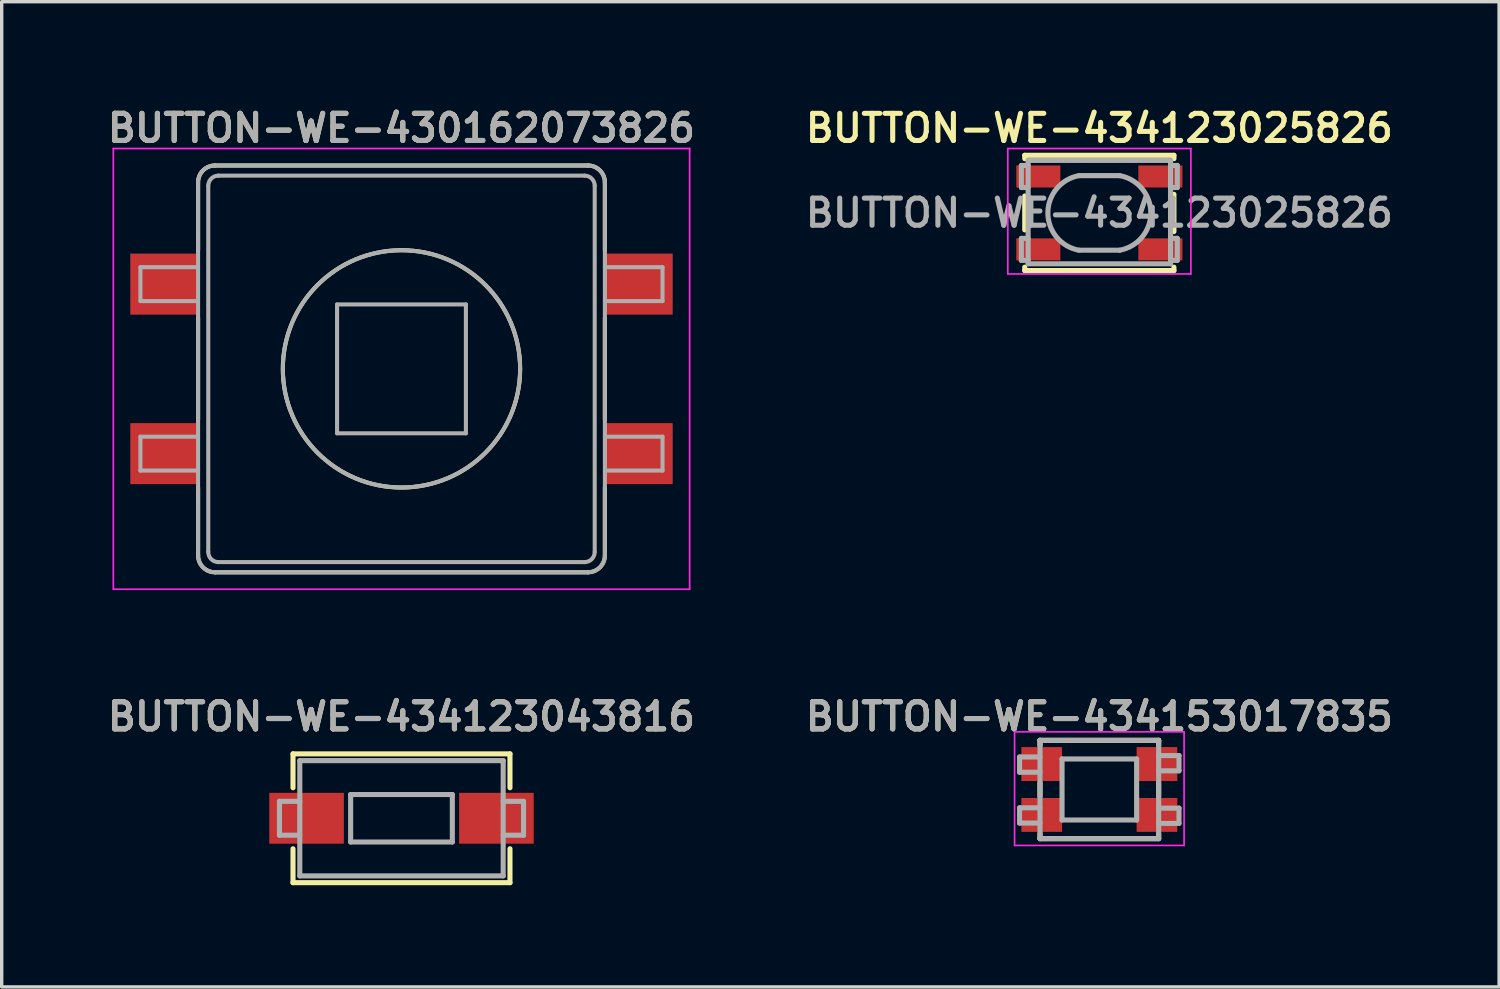
<source format=kicad_pcb>
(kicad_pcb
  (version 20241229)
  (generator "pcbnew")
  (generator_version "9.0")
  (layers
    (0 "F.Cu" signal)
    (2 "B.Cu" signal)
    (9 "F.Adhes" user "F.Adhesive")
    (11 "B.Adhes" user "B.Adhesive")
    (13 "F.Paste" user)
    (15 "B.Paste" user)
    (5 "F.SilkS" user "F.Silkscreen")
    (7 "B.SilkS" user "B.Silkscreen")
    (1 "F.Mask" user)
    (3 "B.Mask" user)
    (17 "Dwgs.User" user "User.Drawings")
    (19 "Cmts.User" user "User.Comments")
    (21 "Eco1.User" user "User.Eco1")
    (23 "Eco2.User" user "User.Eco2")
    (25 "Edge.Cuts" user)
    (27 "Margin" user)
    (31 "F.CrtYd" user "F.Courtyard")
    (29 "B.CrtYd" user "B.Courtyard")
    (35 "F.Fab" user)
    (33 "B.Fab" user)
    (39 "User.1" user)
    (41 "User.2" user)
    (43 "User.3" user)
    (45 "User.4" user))
  (footprint "BUTTON-WE-430162073826"
    (layer "F.Cu")
    (at 8.793 7.831)
    (property "Reference" "BUTTON-WE-430162073826" (at 0 -7.1 0) (layer "F.SilkS") (effects (font (size 0.8 0.8) (thickness 0.15))))
    (attr smd)
    (fp_line (start -6 -3.5) (end -6 -5.5) (stroke (width 0.12) (type solid)) (layer "F.SilkS"))
    (fp_line (start -6 1.5) (end -6 -1.5) (stroke (width 0.12) (type solid)) (layer "F.SilkS"))
    (fp_line (start -6 5.5) (end -6 3.5) (stroke (width 0.12) (type solid)) (layer "F.SilkS"))
    (fp_line (start -5.5 -6) (end 5.5 -6) (stroke (width 0.12) (type solid)) (layer "F.SilkS"))
    (fp_line (start 5.5 6) (end -5.5 6) (stroke (width 0.12) (type solid)) (layer "F.SilkS"))
    (fp_line (start 6 -5.5) (end 6 -3.5) (stroke (width 0.12) (type solid)) (layer "F.SilkS"))
    (fp_line (start 6 -1.5) (end 6 1.5) (stroke (width 0.12) (type solid)) (layer "F.SilkS"))
    (fp_line (start 6 3.5) (end 6 5.5) (stroke (width 0.12) (type solid)) (layer "F.SilkS"))
    (fp_arc (start -6 -5.5) (mid -5.853553 -5.853553) (end -5.5 -6) (stroke (width 0.12) (type solid)) (layer "F.SilkS"))
    (fp_arc (start -5.5 6) (mid -5.853553 5.853553) (end -6 5.5) (stroke (width 0.12) (type solid)) (layer "F.SilkS"))
    (fp_arc (start 5.5 -6) (mid 5.853553 -5.853553) (end 6 -5.5) (stroke (width 0.12) (type solid)) (layer "F.SilkS"))
    (fp_arc (start 6 5.5) (mid 5.853553 5.853553) (end 5.5 6) (stroke (width 0.12) (type solid)) (layer "F.SilkS"))
    (fp_circle (center 0 0) (end 2.8 2.1) (stroke (width 0.12) (type solid)) (fill no) (layer "F.SilkS"))
    (fp_line (start -8.5 -6.5) (end 8.5 -6.5) (stroke (width 0.05) (type solid)) (layer "F.CrtYd"))
    (fp_line (start -8.5 6.5) (end -8.5 -6.5) (stroke (width 0.05) (type solid)) (layer "F.CrtYd"))
    (fp_line (start 8.5 -6.5) (end 8.5 6.5) (stroke (width 0.05) (type solid)) (layer "F.CrtYd"))
    (fp_line (start 8.5 6.5) (end -8.5 6.5) (stroke (width 0.05) (type solid)) (layer "F.CrtYd"))
    (fp_line (start -7.7 -3) (end -7.7 -2) (stroke (width 0.12) (type solid)) (layer "F.Fab"))
    (fp_line (start -7.7 -2) (end -6 -2) (stroke (width 0.12) (type solid)) (layer "F.Fab"))
    (fp_line (start -7.7 2) (end -7.7 3) (stroke (width 0.12) (type solid)) (layer "F.Fab"))
    (fp_line (start -7.7 3) (end -6 3) (stroke (width 0.12) (type solid)) (layer "F.Fab"))
    (fp_line (start -6 -3) (end -7.7 -3) (stroke (width 0.12) (type solid)) (layer "F.Fab"))
    (fp_line (start -6 2) (end -7.7 2) (stroke (width 0.12) (type solid)) (layer "F.Fab"))
    (fp_line (start -6 5.5) (end -6 -5.5) (stroke (width 0.12) (type solid)) (layer "F.Fab"))
    (fp_line (start -5.7 5.4) (end -5.7 -5.4) (stroke (width 0.12) (type solid)) (layer "F.Fab"))
    (fp_line (start -5.5 -6) (end 5.5 -6) (stroke (width 0.12) (type solid)) (layer "F.Fab"))
    (fp_line (start -5.4 -5.7) (end 5.4 -5.7) (stroke (width 0.12) (type solid)) (layer "F.Fab"))
    (fp_line (start -5.4 5.7) (end 5.4 5.7) (stroke (width 0.12) (type solid)) (layer "F.Fab"))
    (fp_line (start -1.9 -1.9) (end 1.9 -1.9) (stroke (width 0.12) (type solid)) (layer "F.Fab"))
    (fp_line (start -1.9 1.9) (end -1.9 -1.9) (stroke (width 0.12) (type solid)) (layer "F.Fab"))
    (fp_line (start 1.9 -1.9) (end 1.9 1.9) (stroke (width 0.12) (type solid)) (layer "F.Fab"))
    (fp_line (start 1.9 1.9) (end -1.9 1.9) (stroke (width 0.12) (type solid)) (layer "F.Fab"))
    (fp_line (start 5.5 6) (end -5.5 6) (stroke (width 0.12) (type solid)) (layer "F.Fab"))
    (fp_line (start 5.7 5.4) (end 5.7 -5.4) (stroke (width 0.12) (type solid)) (layer "F.Fab"))
    (fp_line (start 6 -5.5) (end 6 5.5) (stroke (width 0.12) (type solid)) (layer "F.Fab"))
    (fp_line (start 6 -3) (end 7.7 -3) (stroke (width 0.12) (type solid)) (layer "F.Fab"))
    (fp_line (start 6 2) (end 7.7 2) (stroke (width 0.12) (type solid)) (layer "F.Fab"))
    (fp_line (start 7.7 -3) (end 7.7 -2) (stroke (width 0.12) (type solid)) (layer "F.Fab"))
    (fp_line (start 7.7 -2) (end 6 -2) (stroke (width 0.12) (type solid)) (layer "F.Fab"))
    (fp_line (start 7.7 2) (end 7.7 3) (stroke (width 0.12) (type solid)) (layer "F.Fab"))
    (fp_line (start 7.7 3) (end 6 3) (stroke (width 0.12) (type solid)) (layer "F.Fab"))
    (fp_arc (start -6 -5.5) (mid -5.853553 -5.853553) (end -5.5 -6) (stroke (width 0.12) (type solid)) (layer "F.Fab"))
    (fp_arc (start -5.7 -5.4) (mid -5.612132 -5.612132) (end -5.4 -5.7) (stroke (width 0.12) (type solid)) (layer "F.Fab"))
    (fp_arc (start -5.5 6) (mid -5.853553 5.853553) (end -6 5.5) (stroke (width 0.12) (type solid)) (layer "F.Fab"))
    (fp_arc (start -5.4 5.7) (mid -5.612132 5.612132) (end -5.7 5.4) (stroke (width 0.12) (type solid)) (layer "F.Fab"))
    (fp_arc (start 5.4 -5.7) (mid 5.612132 -5.612132) (end 5.7 -5.4) (stroke (width 0.12) (type solid)) (layer "F.Fab"))
    (fp_arc (start 5.5 -6) (mid 5.853553 -5.853553) (end 6 -5.5) (stroke (width 0.12) (type solid)) (layer "F.Fab"))
    (fp_arc (start 5.7 5.4) (mid 5.612132 5.612132) (end 5.4 5.7) (stroke (width 0.12) (type solid)) (layer "F.Fab"))
    (fp_arc (start 6 5.5) (mid 5.853553 5.853553) (end 5.5 6) (stroke (width 0.12) (type solid)) (layer "F.Fab"))
    (fp_circle (center 0 0) (end 3.5 0) (stroke (width 0.12) (type solid)) (fill no) (layer "F.Fab"))
    (fp_text user "${REFERENCE}" (at 0 -7.1 0) (layer "F.Fab") (effects (font (size 0.8 0.8) (thickness 0.15))))
    (pad "1" smd rect (at -7 -2.5) (size 2 1.8) (layers "F.Cu" "F.Mask" "F.Paste"))
    (pad "2" smd rect (at 7 -2.5) (size 2 1.8) (layers "F.Cu" "F.Mask" "F.Paste"))
    (pad "3" smd rect (at -7 2.5) (size 2 1.8) (layers "F.Cu" "F.Mask" "F.Paste"))
    (pad "4" smd rect (at 7 2.5) (size 2 1.8) (layers "F.Cu" "F.Mask" "F.Paste")))
  (footprint "BUTTON-WE-434153017835"
    (layer "F.Cu")
    (at 29.378 20.238)
    (property "Reference" "BUTTON-WE-434153017835" (at 0 -2.15 0) (layer "F.SilkS") (effects (font (size 0.8 0.8) (thickness 0.15))))
    (attr through_hole)
    (fp_line (start -1.75 -1.45) (end -1.75 -1.3) (stroke (width 0.15) (type solid)) (layer "F.SilkS"))
    (fp_line (start -1.75 -1.45) (end 1.75 -1.45) (stroke (width 0.15) (type solid)) (layer "F.SilkS"))
    (fp_line (start -1.75 -0.2) (end -1.75 0.2) (stroke (width 0.15) (type solid)) (layer "F.SilkS"))
    (fp_line (start -1.75 1.3) (end -1.75 1.45) (stroke (width 0.15) (type solid)) (layer "F.SilkS"))
    (fp_line (start -1.75 1.45) (end 1.75 1.45) (stroke (width 0.15) (type solid)) (layer "F.SilkS"))
    (fp_line (start 1.75 -1.45) (end 1.75 -1.3) (stroke (width 0.15) (type solid)) (layer "F.SilkS"))
    (fp_line (start 1.75 -0.2) (end 1.75 0.2) (stroke (width 0.15) (type solid)) (layer "F.SilkS"))
    (fp_line (start 1.75 1.45) (end 1.75 1.3) (stroke (width 0.15) (type solid)) (layer "F.SilkS"))
    (fp_line (start -2.5 -1.7) (end 2.5 -1.7) (stroke (width 0.05) (type solid)) (layer "F.CrtYd"))
    (fp_line (start -2.5 1.65) (end -2.5 -1.7) (stroke (width 0.05) (type solid)) (layer "F.CrtYd"))
    (fp_line (start 2.5 -1.7) (end 2.5 1.65) (stroke (width 0.05) (type solid)) (layer "F.CrtYd"))
    (fp_line (start 2.5 1.65) (end -2.5 1.65) (stroke (width 0.05) (type solid)) (layer "F.CrtYd"))
    (fp_line (start -2.353 -0.959) (end -1.753 -0.959) (stroke (width 0.15) (type solid)) (layer "F.Fab"))
    (fp_line (start -2.353 -0.509) (end -2.353 -0.959) (stroke (width 0.15) (type solid)) (layer "F.Fab"))
    (fp_line (start -2.353 0.541) (end -1.753 0.541) (stroke (width 0.15) (type solid)) (layer "F.Fab"))
    (fp_line (start -2.353 0.991) (end -2.353 0.541) (stroke (width 0.15) (type solid)) (layer "F.Fab"))
    (fp_line (start -1.753 -0.509) (end -2.353 -0.509) (stroke (width 0.15) (type solid)) (layer "F.Fab"))
    (fp_line (start -1.753 0.991) (end -2.353 0.991) (stroke (width 0.15) (type solid)) (layer "F.Fab"))
    (fp_line (start -1.75 -1.45) (end 1.75 -1.45) (stroke (width 0.15) (type solid)) (layer "F.Fab"))
    (fp_line (start -1.75 1.45) (end -1.75 -1.45) (stroke (width 0.15) (type solid)) (layer "F.Fab"))
    (fp_line (start -1.1 -0.9) (end -1.1 0.9) (stroke (width 0.15) (type solid)) (layer "F.Fab"))
    (fp_line (start -1.1 0.9) (end 1.1 0.9) (stroke (width 0.15) (type solid)) (layer "F.Fab"))
    (fp_line (start 1.1 -0.9) (end -1.1 -0.9) (stroke (width 0.15) (type solid)) (layer "F.Fab"))
    (fp_line (start 1.1 0.9) (end 1.1 -0.9) (stroke (width 0.15) (type solid)) (layer "F.Fab"))
    (fp_line (start 1.75 -1.45) (end 1.75 1.45) (stroke (width 0.15) (type solid)) (layer "F.Fab"))
    (fp_line (start 1.75 -1) (end 2.35 -1) (stroke (width 0.15) (type solid)) (layer "F.Fab"))
    (fp_line (start 1.75 0.55) (end 2.35 0.55) (stroke (width 0.15) (type solid)) (layer "F.Fab"))
    (fp_line (start 1.75 1.45) (end -1.75 1.45) (stroke (width 0.15) (type solid)) (layer "F.Fab"))
    (fp_line (start 2.35 -1) (end 2.35 -0.55) (stroke (width 0.15) (type solid)) (layer "F.Fab"))
    (fp_line (start 2.35 -0.55) (end 1.75 -0.55) (stroke (width 0.15) (type solid)) (layer "F.Fab"))
    (fp_line (start 2.35 0.55) (end 2.35 1) (stroke (width 0.15) (type solid)) (layer "F.Fab"))
    (fp_line (start 2.35 1) (end 1.75 1) (stroke (width 0.15) (type solid)) (layer "F.Fab"))
    (fp_text user "${REFERENCE}" (at 0 -2.15 0) (layer "F.Fab") (effects (font (size 0.8 0.8) (thickness 0.15))))
    (pad "1" smd rect (at -1.7 -0.75) (size 1.2 1) (layers "F.Cu" "F.Mask" "F.Paste"))
    (pad "2" smd rect (at -1.7 0.75) (size 1.2 1) (layers "F.Cu" "F.Mask" "F.Paste"))
    (pad "3" smd rect (at 1.7 -0.75) (size 1.2 1) (layers "F.Cu" "F.Mask" "F.Paste"))
    (pad "4" smd rect (at 1.7 0.75) (size 1.2 1) (layers "F.Cu" "F.Mask" "F.Paste")))
  (footprint "BUTTON-WE-434123025826"
    (layer "F.Cu")
    (at 29.378 3.231)
    (property "Reference" "BUTTON-WE-434123025826" (at 0 -2.5 0) (layer "F.SilkS") (effects (font (size 0.8 0.8) (thickness 0.15))))
    (attr smd)
    (fp_line (start -2.2 -1.7) (end -2.2 -1.6) (stroke (width 0.15) (type solid)) (layer "F.SilkS"))
    (fp_line (start -2.2 -1.7) (end 2.2 -1.7) (stroke (width 0.15) (type solid)) (layer "F.SilkS"))
    (fp_line (start -2.2 -0.5) (end -2.2 0.5) (stroke (width 0.15) (type solid)) (layer "F.SilkS"))
    (fp_line (start -2.2 1.6) (end -2.2 1.7) (stroke (width 0.15) (type solid)) (layer "F.SilkS"))
    (fp_line (start -2.2 1.7) (end 2.2 1.7) (stroke (width 0.15) (type solid)) (layer "F.SilkS"))
    (fp_line (start 2.2 -1.7) (end 2.2 -1.6) (stroke (width 0.15) (type solid)) (layer "F.SilkS"))
    (fp_line (start 2.2 -0.55) (end 2.2 0.55) (stroke (width 0.15) (type solid)) (layer "F.SilkS"))
    (fp_line (start 2.2 1.7) (end 2.2 1.6) (stroke (width 0.15) (type solid)) (layer "F.SilkS"))
    (fp_line (start -2.7 -1.9) (end 2.7 -1.9) (stroke (width 0.05) (type solid)) (layer "F.CrtYd"))
    (fp_line (start -2.7 1.8) (end -2.7 -1.9) (stroke (width 0.05) (type solid)) (layer "F.CrtYd"))
    (fp_line (start 2.7 -1.9) (end 2.7 1.8) (stroke (width 0.05) (type solid)) (layer "F.CrtYd"))
    (fp_line (start 2.7 1.8) (end -2.7 1.8) (stroke (width 0.05) (type solid)) (layer "F.CrtYd"))
    (fp_line (start -2.3 -1.4) (end -2.1 -1.4) (stroke (width 0.15) (type solid)) (layer "F.Fab"))
    (fp_line (start -2.3 -0.75) (end -2.3 -1.4) (stroke (width 0.15) (type solid)) (layer "F.Fab"))
    (fp_line (start -2.3 0.75) (end -2.1 0.75) (stroke (width 0.15) (type solid)) (layer "F.Fab"))
    (fp_line (start -2.3 1.4) (end -2.3 0.75) (stroke (width 0.15) (type solid)) (layer "F.Fab"))
    (fp_line (start -2.1 -1.55) (end 2.1 -1.55) (stroke (width 0.15) (type solid)) (layer "F.Fab"))
    (fp_line (start -2.1 -0.75) (end -2.3 -0.75) (stroke (width 0.15) (type solid)) (layer "F.Fab"))
    (fp_line (start -2.1 1.4) (end -2.3 1.4) (stroke (width 0.15) (type solid)) (layer "F.Fab"))
    (fp_line (start -2.1 1.5) (end -2.1 -1.55) (stroke (width 0.15) (type solid)) (layer "F.Fab"))
    (fp_line (start -0.6 1.1) (end 0.6 1.1) (stroke (width 0.15) (type solid)) (layer "F.Fab"))
    (fp_line (start 0.6 -1.1) (end -0.6 -1.1) (stroke (width 0.15) (type solid)) (layer "F.Fab"))
    (fp_line (start 2.1 -1.55) (end 2.1 1.5) (stroke (width 0.15) (type solid)) (layer "F.Fab"))
    (fp_line (start 2.1 -1.4) (end 2.3 -1.4) (stroke (width 0.15) (type solid)) (layer "F.Fab"))
    (fp_line (start 2.1 0.75) (end 2.3 0.75) (stroke (width 0.15) (type solid)) (layer "F.Fab"))
    (fp_line (start 2.1 1.5) (end -2.1 1.5) (stroke (width 0.15) (type solid)) (layer "F.Fab"))
    (fp_line (start 2.3 -1.4) (end 2.3 -0.75) (stroke (width 0.15) (type solid)) (layer "F.Fab"))
    (fp_line (start 2.3 -0.75) (end 2.1 -0.75) (stroke (width 0.15) (type solid)) (layer "F.Fab"))
    (fp_line (start 2.3 0.75) (end 2.3 1.4) (stroke (width 0.15) (type solid)) (layer "F.Fab"))
    (fp_line (start 2.3 1.4) (end 2.1 1.4) (stroke (width 0.15) (type solid)) (layer "F.Fab"))
    (fp_arc (start -0.6 1.1) (mid -1.518034 0) (end -0.6 -1.1) (stroke (width 0.15) (type solid)) (layer "F.Fab"))
    (fp_arc (start 0.6 -1.1) (mid 1.518034 0) (end 0.6 1.1) (stroke (width 0.15) (type solid)) (layer "F.Fab"))
    (fp_text user "${REFERENCE}" (at 0 0 0) (layer "F.Fab") (effects (font (size 0.8 0.8) (thickness 0.15))))
    (pad "1" smd rect (at -1.8 -1.075) (size 1.3 0.65) (layers "F.Cu" "F.Mask" "F.Paste"))
    (pad "2" smd rect (at 1.8 -1.075) (size 1.3 0.65) (layers "F.Cu" "F.Mask" "F.Paste"))
    (pad "3" smd rect (at -1.8 1.075) (size 1.3 0.65) (layers "F.Cu" "F.Mask" "F.Paste"))
    (pad "4" smd rect (at 1.8 1.075) (size 1.3 0.65) (layers "F.Cu" "F.Mask" "F.Paste")))
  (footprint "BUTTON-WE-434123043816"
    (layer "F.Cu")
    (at 8.793 21.087)
    (property "Reference" "BUTTON-WE-434123043816" (at 0 -3 0) (layer "F.SilkS") (effects (font (size 0.8 0.8) (thickness 0.15))))
    (attr through_hole)
    (fp_line (start -3.2 -1.9) (end 3.2 -1.9) (stroke (width 0.15) (type solid)) (layer "F.SilkS"))
    (fp_line (start -3.2 -0.9) (end -3.2 -1.9) (stroke (width 0.15) (type solid)) (layer "F.SilkS"))
    (fp_line (start -3.2 1.9) (end -3.2 0.9) (stroke (width 0.15) (type solid)) (layer "F.SilkS"))
    (fp_line (start 3.2 -1.9) (end 3.2 -0.9) (stroke (width 0.15) (type solid)) (layer "F.SilkS"))
    (fp_line (start 3.2 0.9) (end 3.2 1.9) (stroke (width 0.15) (type solid)) (layer "F.SilkS"))
    (fp_line (start 3.2 1.9) (end -3.2 1.9) (stroke (width 0.15) (type solid)) (layer "F.SilkS"))
    (fp_line (start -3.6 -0.5) (end -3 -0.5) (stroke (width 0.15) (type solid)) (layer "F.Fab"))
    (fp_line (start -3.6 0.5) (end -3.6 -0.5) (stroke (width 0.15) (type solid)) (layer "F.Fab"))
    (fp_line (start -3 -1.7) (end -3 1.7) (stroke (width 0.15) (type solid)) (layer "F.Fab"))
    (fp_line (start -3 0.5) (end -3.6 0.5) (stroke (width 0.15) (type solid)) (layer "F.Fab"))
    (fp_line (start -3 1.7) (end 3 1.7) (stroke (width 0.15) (type solid)) (layer "F.Fab"))
    (fp_line (start -1.5 -0.7) (end 1.5 -0.7) (stroke (width 0.15) (type solid)) (layer "F.Fab"))
    (fp_line (start -1.5 0.7) (end -1.5 -0.7) (stroke (width 0.15) (type solid)) (layer "F.Fab"))
    (fp_line (start 1.5 -0.7) (end 1.5 0.7) (stroke (width 0.15) (type solid)) (layer "F.Fab"))
    (fp_line (start 1.5 0.7) (end -1.5 0.7) (stroke (width 0.15) (type solid)) (layer "F.Fab"))
    (fp_line (start 3 -1.7) (end -3 -1.7) (stroke (width 0.15) (type solid)) (layer "F.Fab"))
    (fp_line (start 3 -0.5) (end 3.6 -0.5) (stroke (width 0.15) (type solid)) (layer "F.Fab"))
    (fp_line (start 3 1.7) (end 3 -1.7) (stroke (width 0.15) (type solid)) (layer "F.Fab"))
    (fp_line (start 3.6 -0.5) (end 3.6 0.5) (stroke (width 0.15) (type solid)) (layer "F.Fab"))
    (fp_line (start 3.6 0.5) (end 3 0.5) (stroke (width 0.15) (type solid)) (layer "F.Fab"))
    (fp_text user "${REFERENCE}" (at 0 -3 0) (layer "F.Fab") (effects (font (size 0.8 0.8) (thickness 0.15))))
    (pad "1" smd rect (at -2.8 0) (size 2.2 1.5) (layers "F.Cu" "F.Mask" "F.Paste"))
    (pad "2" smd rect (at 2.8 0) (size 2.2 1.5) (layers "F.Cu" "F.Mask" "F.Paste")))
  (gr_rect
    (start -3 -3)
    (end 41.17 26.062)
    (stroke (width 0.1) (type default))
    (fill no)
    (layer "Edge.Cuts")))
</source>
